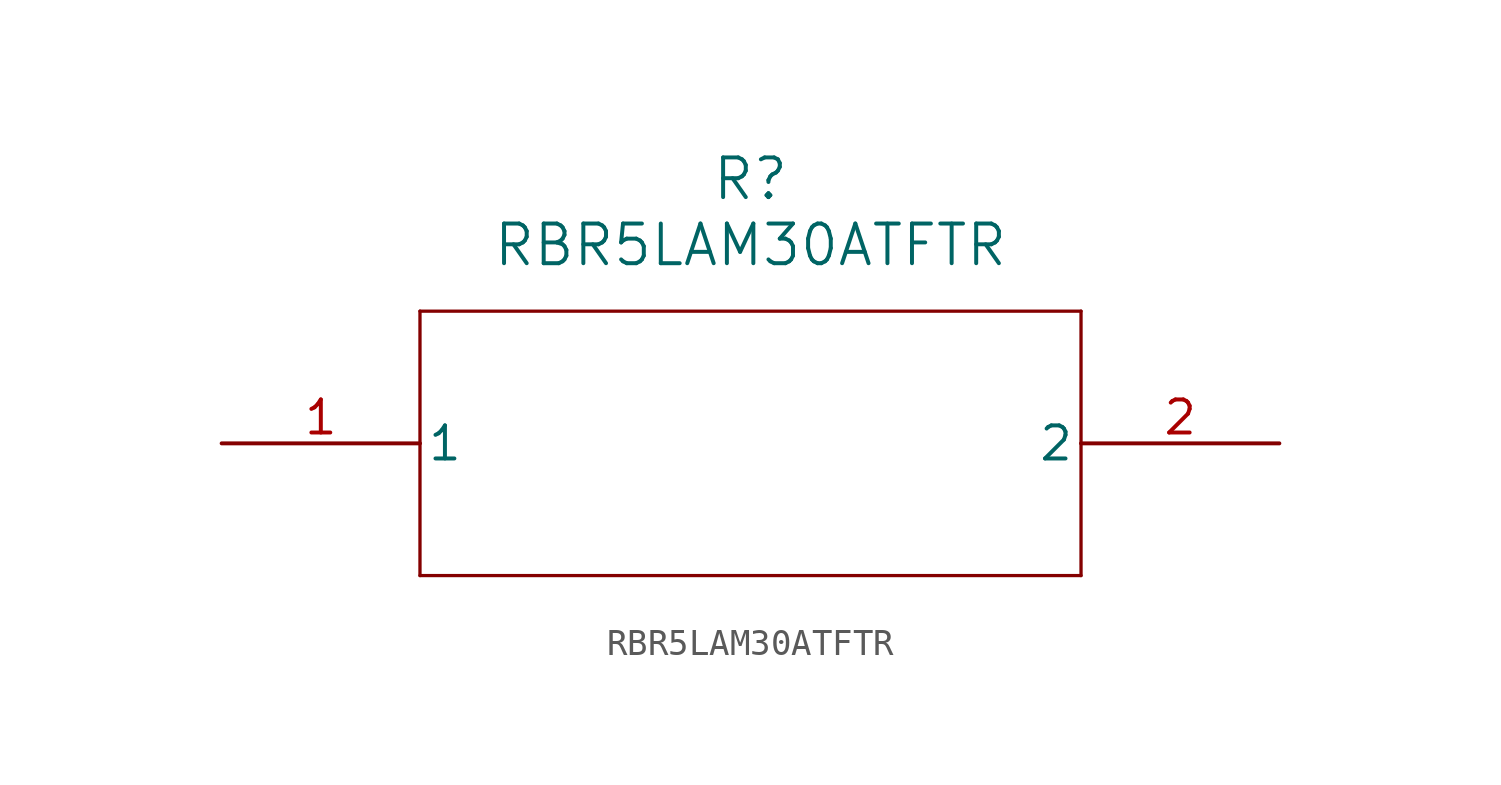
<source format=kicad_sym>
(kicad_symbol_lib
  (version 20211014)
  (generator kicad_symbol_editor)
  (symbol "RBR5LAM30ATFTR"
    (pin_names
      (offset 0.254))
    (property "Reference" "R"
      (at 20.32 10.16 0)
      (effects (font (size 1.524 1.524))))
    (property "Value" "RBR5LAM30ATFTR"
      (at 20.32 7.62 0)
      (effects (font (size 1.524 1.524))))
    (symbol "RBR5LAM30ATFTR_0_1"
      (polyline (pts (xy 7.62 5.08) (xy 7.62 -5.08)) (stroke (width 0.127) (type default) (color 0 0 0 0)) (fill (type none)))
      (polyline (pts (xy 7.62 -5.08) (xy 33.02 -5.08)) (stroke (width 0.127) (type default) (color 0 0 0 0)) (fill (type none)))
      (polyline (pts (xy 33.02 -5.08) (xy 33.02 5.08)) (stroke (width 0.127) (type default) (color 0 0 0 0)) (fill (type none)))
      (polyline (pts (xy 33.02 5.08) (xy 7.62 5.08)) (stroke (width 0.127) (type default) (color 0 0 0 0)) (fill (type none)))
      (pin unspecified line (at 0 0 0) (length 7.62) (name "1" (effects (font (size 1.27 1.27)))) (number "1" (effects (font (size 1.27 1.27)))))
      (pin unspecified line (at 40.64 0 180) (length 7.62) (name "2" (effects (font (size 1.27 1.27)))) (number "2" (effects (font (size 1.27 1.27))))))))
</source>
